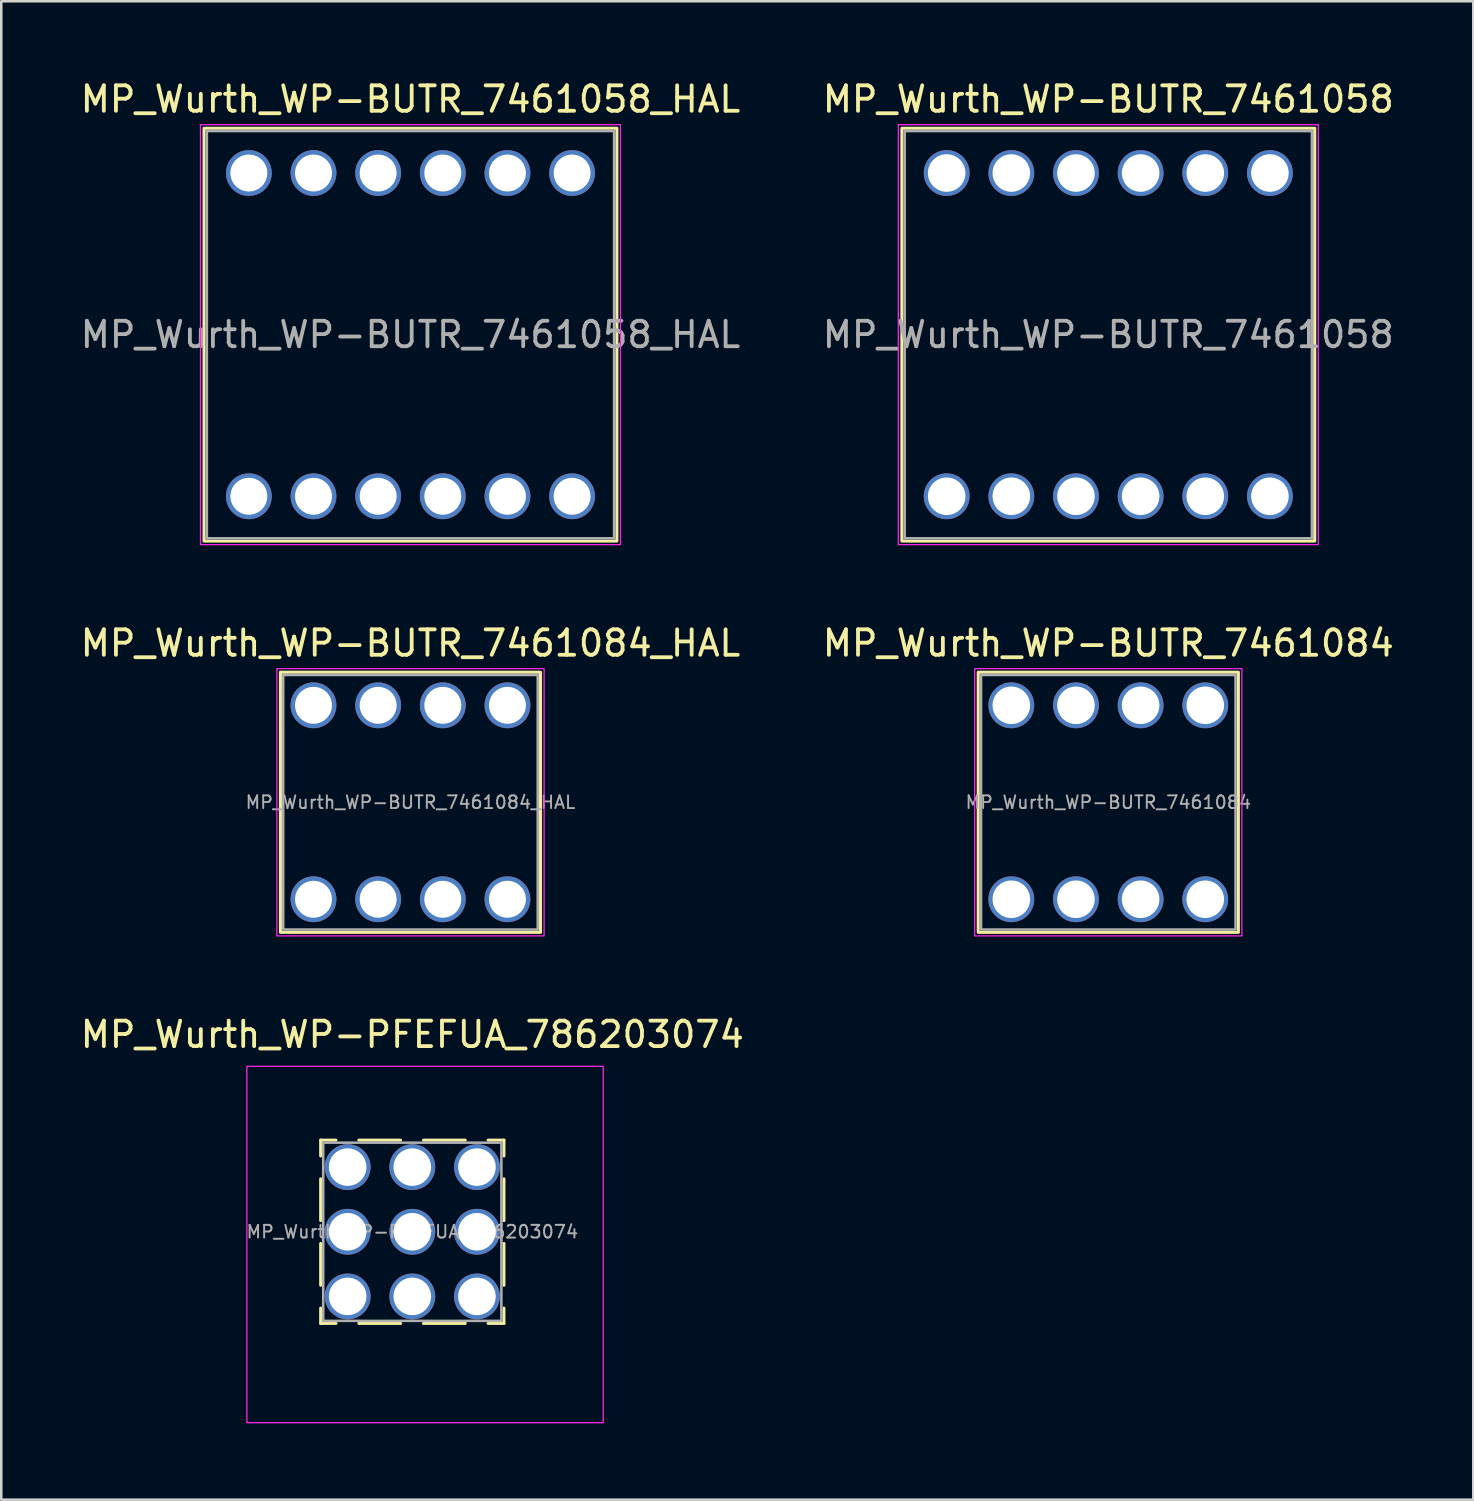
<source format=kicad_pcb>
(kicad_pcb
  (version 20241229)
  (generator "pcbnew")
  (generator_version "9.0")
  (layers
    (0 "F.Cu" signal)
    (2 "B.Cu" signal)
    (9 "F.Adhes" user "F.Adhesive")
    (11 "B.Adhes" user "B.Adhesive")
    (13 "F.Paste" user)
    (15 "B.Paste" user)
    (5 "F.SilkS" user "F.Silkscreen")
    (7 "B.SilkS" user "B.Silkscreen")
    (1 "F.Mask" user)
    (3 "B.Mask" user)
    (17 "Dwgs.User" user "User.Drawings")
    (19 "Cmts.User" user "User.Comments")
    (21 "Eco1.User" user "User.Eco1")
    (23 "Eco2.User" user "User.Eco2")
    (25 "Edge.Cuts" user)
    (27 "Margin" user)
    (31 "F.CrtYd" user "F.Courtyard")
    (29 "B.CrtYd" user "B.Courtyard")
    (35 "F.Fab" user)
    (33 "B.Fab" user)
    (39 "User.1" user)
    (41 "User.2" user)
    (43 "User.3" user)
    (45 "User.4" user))
  (footprint "MP_Wurth_WP-PFEFUA_786203074"
    (layer "F.Cu")
    (at 13.149 45.345)
    (property "Reference" "MP_Wurth_WP-PFEFUA_786203074" (at 0 -7.75 0) (unlocked yes) (layer "F.SilkS") (effects (font (size 1 1) (thickness 0.15))))
    (attr through_hole)
    (fp_line (start -3.6 -3.6) (end -3 -3.6) (stroke (width 0.12) (type solid)) (layer "F.SilkS"))
    (fp_line (start -3.6 -2.98) (end -3.6 -3.6) (stroke (width 0.12) (type solid)) (layer "F.SilkS"))
    (fp_line (start -3.6 -0.44) (end -3.6 -2.08) (stroke (width 0.12) (type solid)) (layer "F.SilkS"))
    (fp_line (start -3.6 2.1) (end -3.6 0.46) (stroke (width 0.12) (type solid)) (layer "F.SilkS"))
    (fp_line (start -3.6 3.6) (end -3.6 3) (stroke (width 0.12) (type solid)) (layer "F.SilkS"))
    (fp_line (start -3 3.6) (end -3.6 3.6) (stroke (width 0.12) (type solid)) (layer "F.SilkS"))
    (fp_line (start -2.1 -3.6) (end -0.46 -3.6) (stroke (width 0.12) (type solid)) (layer "F.SilkS"))
    (fp_line (start -0.46 3.6) (end -2.1 3.6) (stroke (width 0.12) (type solid)) (layer "F.SilkS"))
    (fp_line (start 0.44 -3.6) (end 2.08 -3.6) (stroke (width 0.12) (type solid)) (layer "F.SilkS"))
    (fp_line (start 2.08 3.6) (end 0.44 3.6) (stroke (width 0.12) (type solid)) (layer "F.SilkS"))
    (fp_line (start 2.98 -3.6) (end 3.6 -3.6) (stroke (width 0.12) (type solid)) (layer "F.SilkS"))
    (fp_line (start 3.6 -3.6) (end 3.6 -2.98) (stroke (width 0.12) (type solid)) (layer "F.SilkS"))
    (fp_line (start 3.6 -2.08) (end 3.6 -0.44) (stroke (width 0.12) (type solid)) (layer "F.SilkS"))
    (fp_line (start 3.6 0.46) (end 3.6 2.1) (stroke (width 0.12) (type solid)) (layer "F.SilkS"))
    (fp_line (start 3.6 3) (end 3.6 3.6) (stroke (width 0.12) (type solid)) (layer "F.SilkS"))
    (fp_line (start 3.6 3.6) (end 2.98 3.6) (stroke (width 0.12) (type solid)) (layer "F.SilkS"))
    (fp_rect (start -6.5 -6.5) (end 7.5 7.5) (stroke (width 0.05) (type solid)) (fill no) (layer "F.CrtYd"))
    (fp_rect (start -3.5 -3.5) (end 3.5 3.5) (stroke (width 0.1) (type solid)) (fill no) (layer "F.Fab"))
    (fp_text user "${REFERENCE}" (at 0 0 0) (unlocked yes) (layer "F.Fab") (effects (font (size 0.5 0.5) (thickness 0.075))))
    (pad "1" thru_hole circle (at -2.54 -2.54) (size 1.8 1.8) (drill 1.475) (layers "*.Cu" "*.Mask"))
    (pad "1" thru_hole circle (at -2.54 0) (size 1.8 1.8) (drill 1.475) (layers "*.Cu" "*.Mask"))
    (pad "1" thru_hole circle (at -2.54 2.54) (size 1.8 1.8) (drill 1.475) (layers "*.Cu" "*.Mask"))
    (pad "1" thru_hole circle (at 0 -2.54) (size 1.8 1.8) (drill 1.475) (layers "*.Cu" "*.Mask"))
    (pad "1" thru_hole circle (at 0 0) (size 1.8 1.8) (drill 1.475) (layers "*.Cu" "*.Mask"))
    (pad "1" thru_hole circle (at 0 2.54) (size 1.8 1.8) (drill 1.475) (layers "*.Cu" "*.Mask"))
    (pad "1" thru_hole circle (at 2.54 -2.54) (size 1.8 1.8) (drill 1.475) (layers "*.Cu" "*.Mask"))
    (pad "1" thru_hole circle (at 2.54 0) (size 1.8 1.8) (drill 1.475) (layers "*.Cu" "*.Mask"))
    (pad "1" thru_hole circle (at 2.54 2.54) (size 1.8 1.8) (drill 1.475) (layers "*.Cu" "*.Mask")))
  (footprint "MP_Wurth_WP-BUTR_7461058"
    (layer "F.Cu")
    (at 40.494 10.098)
    (property "Reference" "MP_Wurth_WP-BUTR_7461058" (at 0 -9.25 0) (unlocked yes) (layer "F.SilkS") (effects (font (size 1 1) (thickness 0.15))))
    (attr through_hole)
    (fp_rect (start -8.11 -8.11) (end 8.11 8.11) (stroke (width 0.12) (type solid)) (fill no) (layer "F.SilkS"))
    (fp_rect (start -8.25 -8.25) (end 8.25 8.25) (stroke (width 0.05) (type solid)) (fill no) (layer "F.CrtYd"))
    (fp_rect (start -8 -8) (end 8 8) (stroke (width 0.1) (type solid)) (fill no) (layer "F.Fab"))
    (fp_text user "${REFERENCE}" (at 0 0 0) (unlocked yes) (layer "F.Fab") (effects (font (size 1 1) (thickness 0.15))))
    (pad "1" thru_hole circle (at -6.35 -6.35) (size 1.8 1.8) (drill 1.475) (layers "*.Cu" "*.Mask"))
    (pad "1" thru_hole circle (at -6.35 6.35) (size 1.8 1.8) (drill 1.475) (layers "*.Cu" "*.Mask"))
    (pad "1" thru_hole circle (at -3.81 -6.35) (size 1.8 1.8) (drill 1.475) (layers "*.Cu" "*.Mask"))
    (pad "1" thru_hole circle (at -3.81 6.35) (size 1.8 1.8) (drill 1.475) (layers "*.Cu" "*.Mask"))
    (pad "1" thru_hole circle (at -1.27 -6.35) (size 1.8 1.8) (drill 1.475) (layers "*.Cu" "*.Mask"))
    (pad "1" thru_hole circle (at -1.27 6.35) (size 1.8 1.8) (drill 1.475) (layers "*.Cu" "*.Mask"))
    (pad "1" thru_hole circle (at 1.27 -6.35) (size 1.8 1.8) (drill 1.475) (layers "*.Cu" "*.Mask"))
    (pad "1" thru_hole circle (at 1.27 6.35) (size 1.8 1.8) (drill 1.475) (layers "*.Cu" "*.Mask"))
    (pad "1" thru_hole circle (at 3.81 -6.35) (size 1.8 1.8) (drill 1.475) (layers "*.Cu" "*.Mask"))
    (pad "1" thru_hole circle (at 3.81 6.35) (size 1.8 1.8) (drill 1.475) (layers "*.Cu" "*.Mask"))
    (pad "1" thru_hole circle (at 6.35 -6.35) (size 1.8 1.8) (drill 1.475) (layers "*.Cu" "*.Mask"))
    (pad "1" thru_hole circle (at 6.35 6.35) (size 1.8 1.8) (drill 1.475) (layers "*.Cu" "*.Mask")))
  (footprint "MP_Wurth_WP-BUTR_7461084_HAL"
    (layer "F.Cu")
    (at 13.077 28.471)
    (property "Reference" "MP_Wurth_WP-BUTR_7461084_HAL" (at 0 -6.25 0) (unlocked yes) (layer "F.SilkS") (effects (font (size 1 1) (thickness 0.15))))
    (attr through_hole)
    (fp_rect (start -5.11 -5.11) (end 5.11 5.11) (stroke (width 0.12) (type solid)) (fill no) (layer "F.SilkS"))
    (fp_rect (start -5.25 -5.25) (end 5.25 5.25) (stroke (width 0.05) (type solid)) (fill no) (layer "F.CrtYd"))
    (fp_rect (start -5 -5) (end 5 5) (stroke (width 0.1) (type solid)) (fill no) (layer "F.Fab"))
    (fp_text user "${REFERENCE}" (at 0 0 0) (unlocked yes) (layer "F.Fab") (effects (font (size 0.5 0.5) (thickness 0.075))))
    (pad "1" thru_hole circle (at -3.81 -3.81) (size 1.8 1.8) (drill 1.45) (layers "*.Cu" "*.Mask"))
    (pad "1" thru_hole circle (at -3.81 3.81) (size 1.8 1.8) (drill 1.45) (layers "*.Cu" "*.Mask"))
    (pad "1" thru_hole circle (at -1.27 -3.81) (size 1.8 1.8) (drill 1.45) (layers "*.Cu" "*.Mask"))
    (pad "1" thru_hole circle (at -1.27 3.81) (size 1.8 1.8) (drill 1.45) (layers "*.Cu" "*.Mask"))
    (pad "1" thru_hole circle (at 1.27 -3.81) (size 1.8 1.8) (drill 1.45) (layers "*.Cu" "*.Mask"))
    (pad "1" thru_hole circle (at 1.27 3.81) (size 1.8 1.8) (drill 1.45) (layers "*.Cu" "*.Mask"))
    (pad "1" thru_hole circle (at 3.81 -3.81) (size 1.8 1.8) (drill 1.45) (layers "*.Cu" "*.Mask"))
    (pad "1" thru_hole circle (at 3.81 3.81) (size 1.8 1.8) (drill 1.45) (layers "*.Cu" "*.Mask")))
  (footprint "MP_Wurth_WP-BUTR_7461058_HAL"
    (layer "F.Cu")
    (at 13.077 10.098)
    (property "Reference" "MP_Wurth_WP-BUTR_7461058_HAL" (at 0 -9.25 0) (unlocked yes) (layer "F.SilkS") (effects (font (size 1 1) (thickness 0.15))))
    (attr through_hole)
    (fp_rect (start -8.11 -8.11) (end 8.11 8.11) (stroke (width 0.12) (type solid)) (fill no) (layer "F.SilkS"))
    (fp_rect (start -8.25 -8.25) (end 8.25 8.25) (stroke (width 0.05) (type solid)) (fill no) (layer "F.CrtYd"))
    (fp_rect (start -8 -8) (end 8 8) (stroke (width 0.1) (type solid)) (fill no) (layer "F.Fab"))
    (fp_text user "${REFERENCE}" (at 0 0 0) (unlocked yes) (layer "F.Fab") (effects (font (size 1 1) (thickness 0.15))))
    (pad "1" thru_hole circle (at -6.35 -6.35) (size 1.8 1.8) (drill 1.45) (layers "*.Cu" "*.Mask"))
    (pad "1" thru_hole circle (at -6.35 6.35) (size 1.8 1.8) (drill 1.45) (layers "*.Cu" "*.Mask"))
    (pad "1" thru_hole circle (at -3.81 -6.35) (size 1.8 1.8) (drill 1.45) (layers "*.Cu" "*.Mask"))
    (pad "1" thru_hole circle (at -3.81 6.35) (size 1.8 1.8) (drill 1.45) (layers "*.Cu" "*.Mask"))
    (pad "1" thru_hole circle (at -1.27 -6.35) (size 1.8 1.8) (drill 1.45) (layers "*.Cu" "*.Mask"))
    (pad "1" thru_hole circle (at -1.27 6.35) (size 1.8 1.8) (drill 1.45) (layers "*.Cu" "*.Mask"))
    (pad "1" thru_hole circle (at 1.27 -6.35) (size 1.8 1.8) (drill 1.45) (layers "*.Cu" "*.Mask"))
    (pad "1" thru_hole circle (at 1.27 6.35) (size 1.8 1.8) (drill 1.45) (layers "*.Cu" "*.Mask"))
    (pad "1" thru_hole circle (at 3.81 -6.35) (size 1.8 1.8) (drill 1.45) (layers "*.Cu" "*.Mask"))
    (pad "1" thru_hole circle (at 3.81 6.35) (size 1.8 1.8) (drill 1.45) (layers "*.Cu" "*.Mask"))
    (pad "1" thru_hole circle (at 6.35 -6.35) (size 1.8 1.8) (drill 1.45) (layers "*.Cu" "*.Mask"))
    (pad "1" thru_hole circle (at 6.35 6.35) (size 1.8 1.8) (drill 1.45) (layers "*.Cu" "*.Mask")))
  (footprint "MP_Wurth_WP-BUTR_7461084"
    (layer "F.Cu")
    (at 40.494 28.471)
    (property "Reference" "MP_Wurth_WP-BUTR_7461084" (at 0 -6.25 0) (unlocked yes) (layer "F.SilkS") (effects (font (size 1 1) (thickness 0.15))))
    (attr through_hole)
    (fp_rect (start -5.11 -5.11) (end 5.11 5.11) (stroke (width 0.12) (type solid)) (fill no) (layer "F.SilkS"))
    (fp_rect (start -5.25 -5.25) (end 5.25 5.25) (stroke (width 0.05) (type solid)) (fill no) (layer "F.CrtYd"))
    (fp_rect (start -5 -5) (end 5 5) (stroke (width 0.1) (type solid)) (fill no) (layer "F.Fab"))
    (fp_text user "${REFERENCE}" (at 0 0 0) (unlocked yes) (layer "F.Fab") (effects (font (size 0.5 0.5) (thickness 0.075))))
    (pad "1" thru_hole circle (at -3.81 -3.81) (size 1.8 1.8) (drill 1.475) (layers "*.Cu" "*.Mask"))
    (pad "1" thru_hole circle (at -3.81 3.81) (size 1.8 1.8) (drill 1.475) (layers "*.Cu" "*.Mask"))
    (pad "1" thru_hole circle (at -1.27 -3.81) (size 1.8 1.8) (drill 1.475) (layers "*.Cu" "*.Mask"))
    (pad "1" thru_hole circle (at -1.27 3.81) (size 1.8 1.8) (drill 1.475) (layers "*.Cu" "*.Mask"))
    (pad "1" thru_hole circle (at 1.27 -3.81) (size 1.8 1.8) (drill 1.475) (layers "*.Cu" "*.Mask"))
    (pad "1" thru_hole circle (at 1.27 3.81) (size 1.8 1.8) (drill 1.475) (layers "*.Cu" "*.Mask"))
    (pad "1" thru_hole circle (at 3.81 -3.81) (size 1.8 1.8) (drill 1.475) (layers "*.Cu" "*.Mask"))
    (pad "1" thru_hole circle (at 3.81 3.81) (size 1.8 1.8) (drill 1.475) (layers "*.Cu" "*.Mask")))
  (gr_rect
    (start -3 -3)
    (end 54.833 55.87)
    (stroke (width 0.1) (type default))
    (fill no)
    (layer "Edge.Cuts")))
</source>
